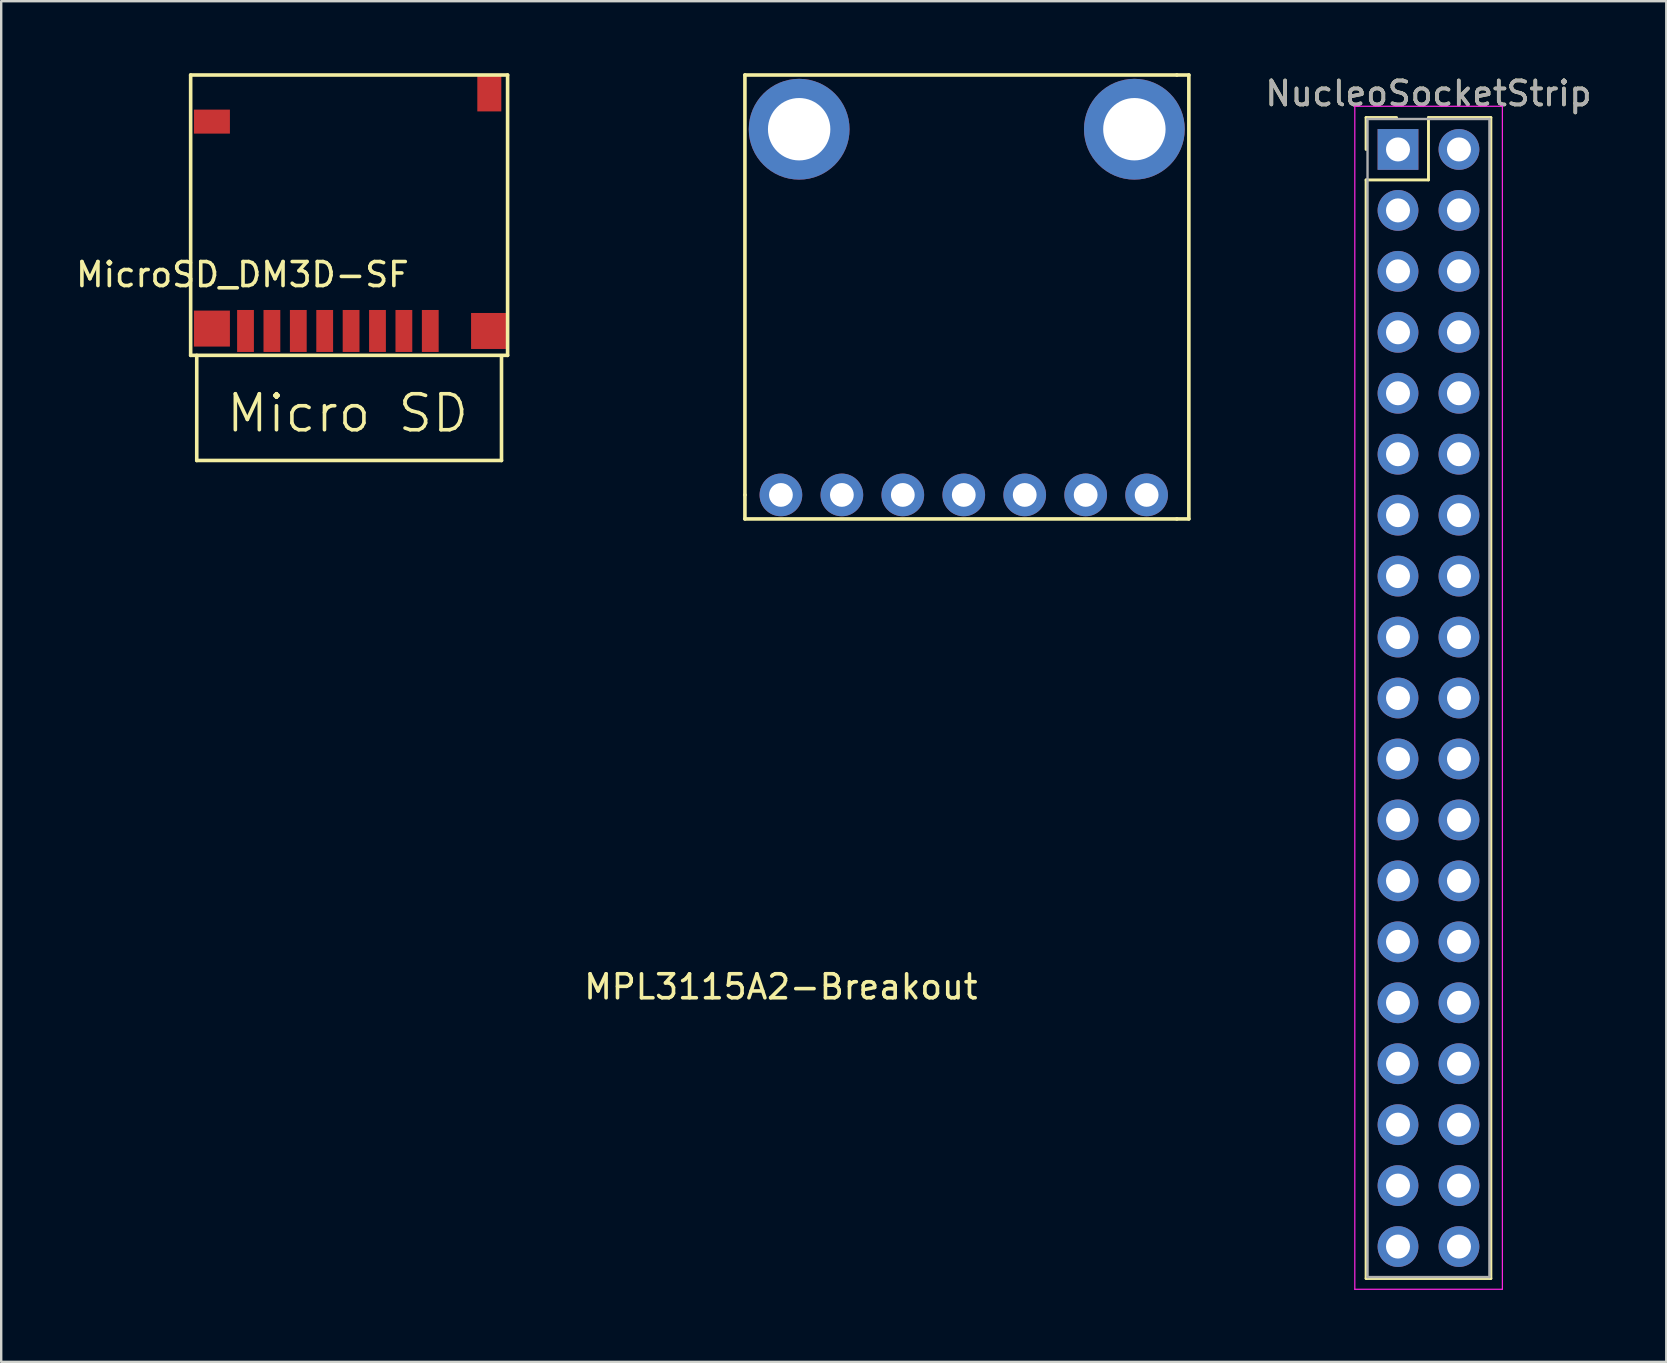
<source format=kicad_pcb>
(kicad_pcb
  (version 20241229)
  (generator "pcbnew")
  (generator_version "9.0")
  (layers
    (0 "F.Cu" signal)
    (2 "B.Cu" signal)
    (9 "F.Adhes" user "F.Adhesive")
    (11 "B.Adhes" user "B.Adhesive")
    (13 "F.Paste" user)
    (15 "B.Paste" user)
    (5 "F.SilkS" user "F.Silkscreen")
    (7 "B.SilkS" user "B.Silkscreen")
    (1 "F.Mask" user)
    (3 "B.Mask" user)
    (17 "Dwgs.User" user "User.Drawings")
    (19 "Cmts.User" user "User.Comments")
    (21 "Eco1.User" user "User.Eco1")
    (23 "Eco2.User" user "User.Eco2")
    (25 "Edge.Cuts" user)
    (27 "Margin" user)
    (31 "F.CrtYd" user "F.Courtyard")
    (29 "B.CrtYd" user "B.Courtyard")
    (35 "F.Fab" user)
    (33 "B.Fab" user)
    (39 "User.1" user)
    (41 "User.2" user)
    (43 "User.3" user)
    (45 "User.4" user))
  (footprint "MicroSD_DM3D-SF"
    (layer "F.Cu")
    (at 7.181 10.743)
    (property "Reference" "MicroSD_DM3D-SF" (at -0.127 -2.349 0) (layer "F.SilkS") (effects (font (size 1 1) (thickness 0.15))))
    (attr through_hole)
    (fp_line (start -2.286 -10.668) (end 10.922 -10.668) (stroke (width 0.15) (type solid)) (layer "F.SilkS"))
    (fp_line (start -2.286 1.016) (end -2.286 -10.668) (stroke (width 0.15) (type solid)) (layer "F.SilkS"))
    (fp_line (start -2.032 1.016) (end -2.032 5.397) (stroke (width 0.15) (type solid)) (layer "F.SilkS"))
    (fp_line (start -2.032 5.397) (end 10.668 5.397) (stroke (width 0.15) (type solid)) (layer "F.SilkS"))
    (fp_line (start 10.668 5.397) (end 10.668 1.079) (stroke (width 0.15) (type solid)) (layer "F.SilkS"))
    (fp_line (start 10.922 -10.668) (end 10.922 1.016) (stroke (width 0.15) (type solid)) (layer "F.SilkS"))
    (fp_line (start 10.922 1.016) (end -2.286 1.016) (stroke (width 0.15) (type solid)) (layer "F.SilkS"))
    (fp_text user "Micro SD" (at 4.255 3.429 0) (layer "F.SilkS") (effects (font (size 1.5 1.5) (thickness 0.15))))
    (pad "" smd rect (at -1.4 -8.725) (size 1.5 1) (layers "F.Cu" "F.Mask" "F.Paste"))
    (pad "" smd rect (at -1.4 -0.1) (size 1.5 1.5) (layers "F.Cu" "F.Mask" "F.Paste"))
    (pad "" smd rect (at 10.15 0) (size 1.5 1.5) (layers "F.Cu" "F.Mask" "F.Paste"))
    (pad "" smd rect (at 10.16 -9.925) (size 1 1.55) (layers "F.Cu" "F.Mask" "F.Paste"))
    (pad "1" smd rect (at 7.7 0) (size 0.7 1.75) (layers "F.Cu" "F.Mask" "F.Paste"))
    (pad "2" smd rect (at 6.6 0) (size 0.7 1.75) (layers "F.Cu" "F.Mask" "F.Paste"))
    (pad "3" smd rect (at 5.5 0) (size 0.7 1.75) (layers "F.Cu" "F.Mask" "F.Paste"))
    (pad "4" smd rect (at 4.4 0) (size 0.7 1.75) (layers "F.Cu" "F.Mask" "F.Paste"))
    (pad "5" smd rect (at 3.3 0) (size 0.7 1.75) (layers "F.Cu" "F.Mask" "F.Paste"))
    (pad "6" smd rect (at 2.2 0) (size 0.7 1.75) (layers "F.Cu" "F.Mask" "F.Paste"))
    (pad "7" smd rect (at 1.1 0) (size 0.7 1.75) (layers "F.Cu" "F.Mask" "F.Paste"))
    (pad "8" smd rect (at 0 0) (size 0.7 1.75) (layers "F.Cu" "F.Mask" "F.Paste")))
  (footprint "MPL3115A2-Breakout"
    (layer "F.Cu")
    (at 29.493 17.575)
    (property "Reference" "MPL3115A2-Breakout" (at 0 20.5 0) (layer "F.SilkS") (effects (font (size 1 1) (thickness 0.15))))
    (attr through_hole)
    (fp_line (start -1.5 -17.5) (end 16.5 -17.5) (stroke (width 0.15) (type solid)) (layer "F.SilkS"))
    (fp_line (start -1.5 0) (end -1.5 -17.5) (stroke (width 0.15) (type solid)) (layer "F.SilkS"))
    (fp_line (start -1.5 1) (end -1.5 0) (stroke (width 0.15) (type solid)) (layer "F.SilkS"))
    (fp_line (start 16.5 -17.5) (end 17 -17.5) (stroke (width 0.15) (type solid)) (layer "F.SilkS"))
    (fp_line (start 16.5 1) (end -1.5 1) (stroke (width 0.15) (type solid)) (layer "F.SilkS"))
    (fp_line (start 17 -17.5) (end 17 1) (stroke (width 0.15) (type solid)) (layer "F.SilkS"))
    (fp_line (start 17 1) (end 16.5 1) (stroke (width 0.15) (type solid)) (layer "F.SilkS"))
    (pad "" thru_hole circle (at 0.76 -15.24) (size 4.2 4.2) (drill 2.6) (layers "*.Cu" "*.Mask"))
    (pad "" thru_hole circle (at 14.73 -15.24) (size 4.2 4.2) (drill 2.6) (layers "*.Cu" "*.Mask"))
    (pad "1" thru_hole circle (at 0 0) (size 1.778 1.778) (drill 0.991) (layers "*.Cu" "*.Mask"))
    (pad "2" thru_hole circle (at 2.54 0) (size 1.778 1.778) (drill 0.991) (layers "*.Cu" "*.Mask"))
    (pad "3" thru_hole circle (at 5.08 0) (size 1.778 1.778) (drill 0.991) (layers "*.Cu" "*.Mask"))
    (pad "4" thru_hole circle (at 7.62 0) (size 1.778 1.778) (drill 0.991) (layers "*.Cu" "*.Mask"))
    (pad "5" thru_hole circle (at 10.16 0) (size 1.778 1.778) (drill 0.991) (layers "*.Cu" "*.Mask"))
    (pad "6" thru_hole circle (at 12.7 0) (size 1.778 1.778) (drill 0.991) (layers "*.Cu" "*.Mask"))
    (pad "7" thru_hole circle (at 15.24 0) (size 1.778 1.778) (drill 0.991) (layers "*.Cu" "*.Mask")))
  (footprint "NucleoSocketStrip"
    (layer "F.Cu")
    (at 60.289 3.178)
    (property "Reference" "NucleoSocketStrip" (at -3.81 -2.33 0) (layer "F.SilkS") (effects (font (size 1 1) (thickness 0.15))))
    (attr through_hole)
    (fp_line (start -6.41 -1.33) (end -5.14 -1.33) (stroke (width 0.12) (type solid)) (layer "F.SilkS"))
    (fp_line (start -6.41 0) (end -6.41 -1.33) (stroke (width 0.12) (type solid)) (layer "F.SilkS"))
    (fp_line (start -6.41 1.27) (end -6.41 47.05) (stroke (width 0.12) (type solid)) (layer "F.SilkS"))
    (fp_line (start -6.41 47.05) (end -1.21 47.05) (stroke (width 0.12) (type solid)) (layer "F.SilkS"))
    (fp_line (start -3.81 -1.33) (end -3.81 1.27) (stroke (width 0.12) (type solid)) (layer "F.SilkS"))
    (fp_line (start -3.81 1.27) (end -6.41 1.27) (stroke (width 0.12) (type solid)) (layer "F.SilkS"))
    (fp_line (start -1.21 -1.33) (end -3.81 -1.33) (stroke (width 0.12) (type solid)) (layer "F.SilkS"))
    (fp_line (start -1.21 47.05) (end -1.21 -1.33) (stroke (width 0.12) (type solid)) (layer "F.SilkS"))
    (fp_line (start -6.88 -1.8) (end -0.73 -1.8) (stroke (width 0.05) (type solid)) (layer "F.CrtYd"))
    (fp_line (start -6.88 47.5) (end -6.88 -1.8) (stroke (width 0.05) (type solid)) (layer "F.CrtYd"))
    (fp_line (start -0.73 -1.8) (end -0.73 47.5) (stroke (width 0.05) (type solid)) (layer "F.CrtYd"))
    (fp_line (start -0.73 47.5) (end -6.88 47.5) (stroke (width 0.05) (type solid)) (layer "F.CrtYd"))
    (fp_line (start -6.35 -1.27) (end -1.27 -1.27) (stroke (width 0.1) (type solid)) (layer "F.Fab"))
    (fp_line (start -6.35 46.99) (end -6.35 -1.27) (stroke (width 0.1) (type solid)) (layer "F.Fab"))
    (fp_line (start -1.27 -1.27) (end -1.27 46.99) (stroke (width 0.1) (type solid)) (layer "F.Fab"))
    (fp_line (start -1.27 46.99) (end -6.35 46.99) (stroke (width 0.1) (type solid)) (layer "F.Fab"))
    (fp_text user "${REFERENCE}" (at -3.81 -2.33 0) (layer "F.Fab") (effects (font (size 1 1) (thickness 0.15))))
    (pad "1" thru_hole rect (at -5.08 0) (size 1.7 1.7) (drill 1) (layers "*.Cu" "*.Mask"))
    (pad "2" thru_hole oval (at -2.54 0) (size 1.7 1.7) (drill 1) (layers "*.Cu" "*.Mask"))
    (pad "3" thru_hole oval (at -5.08 2.54) (size 1.7 1.7) (drill 1) (layers "*.Cu" "*.Mask"))
    (pad "4" thru_hole oval (at -2.54 2.54) (size 1.7 1.7) (drill 1) (layers "*.Cu" "*.Mask"))
    (pad "5" thru_hole oval (at -5.08 5.08) (size 1.7 1.7) (drill 1) (layers "*.Cu" "*.Mask"))
    (pad "6" thru_hole oval (at -2.54 5.08) (size 1.7 1.7) (drill 1) (layers "*.Cu" "*.Mask"))
    (pad "7" thru_hole oval (at -5.08 7.62) (size 1.7 1.7) (drill 1) (layers "*.Cu" "*.Mask"))
    (pad "8" thru_hole oval (at -2.54 7.62) (size 1.7 1.7) (drill 1) (layers "*.Cu" "*.Mask"))
    (pad "9" thru_hole oval (at -5.08 10.16) (size 1.7 1.7) (drill 1) (layers "*.Cu" "*.Mask"))
    (pad "10" thru_hole oval (at -2.54 10.16) (size 1.7 1.7) (drill 1) (layers "*.Cu" "*.Mask"))
    (pad "11" thru_hole oval (at -5.08 12.7) (size 1.7 1.7) (drill 1) (layers "*.Cu" "*.Mask"))
    (pad "12" thru_hole oval (at -2.54 12.7) (size 1.7 1.7) (drill 1) (layers "*.Cu" "*.Mask"))
    (pad "13" thru_hole oval (at -5.08 15.24) (size 1.7 1.7) (drill 1) (layers "*.Cu" "*.Mask"))
    (pad "14" thru_hole oval (at -2.54 15.24) (size 1.7 1.7) (drill 1) (layers "*.Cu" "*.Mask"))
    (pad "15" thru_hole oval (at -5.08 17.78) (size 1.7 1.7) (drill 1) (layers "*.Cu" "*.Mask"))
    (pad "16" thru_hole oval (at -2.54 17.78) (size 1.7 1.7) (drill 1) (layers "*.Cu" "*.Mask"))
    (pad "17" thru_hole oval (at -5.08 20.32) (size 1.7 1.7) (drill 1) (layers "*.Cu" "*.Mask"))
    (pad "18" thru_hole oval (at -2.54 20.32) (size 1.7 1.7) (drill 1) (layers "*.Cu" "*.Mask"))
    (pad "19" thru_hole oval (at -5.08 22.86) (size 1.7 1.7) (drill 1) (layers "*.Cu" "*.Mask"))
    (pad "20" thru_hole oval (at -2.54 22.86) (size 1.7 1.7) (drill 1) (layers "*.Cu" "*.Mask"))
    (pad "21" thru_hole oval (at -5.08 25.4) (size 1.7 1.7) (drill 1) (layers "*.Cu" "*.Mask"))
    (pad "22" thru_hole oval (at -2.54 25.4) (size 1.7 1.7) (drill 1) (layers "*.Cu" "*.Mask"))
    (pad "23" thru_hole oval (at -5.08 27.94) (size 1.7 1.7) (drill 1) (layers "*.Cu" "*.Mask"))
    (pad "24" thru_hole oval (at -2.54 27.94) (size 1.7 1.7) (drill 1) (layers "*.Cu" "*.Mask"))
    (pad "25" thru_hole oval (at -5.08 30.48) (size 1.7 1.7) (drill 1) (layers "*.Cu" "*.Mask"))
    (pad "26" thru_hole oval (at -2.54 30.48) (size 1.7 1.7) (drill 1) (layers "*.Cu" "*.Mask"))
    (pad "27" thru_hole oval (at -5.08 33.02) (size 1.7 1.7) (drill 1) (layers "*.Cu" "*.Mask"))
    (pad "28" thru_hole oval (at -2.54 33.02) (size 1.7 1.7) (drill 1) (layers "*.Cu" "*.Mask"))
    (pad "29" thru_hole oval (at -5.08 35.56) (size 1.7 1.7) (drill 1) (layers "*.Cu" "*.Mask"))
    (pad "30" thru_hole oval (at -2.54 35.56) (size 1.7 1.7) (drill 1) (layers "*.Cu" "*.Mask"))
    (pad "31" thru_hole oval (at -5.08 38.1) (size 1.7 1.7) (drill 1) (layers "*.Cu" "*.Mask"))
    (pad "32" thru_hole oval (at -2.54 38.1) (size 1.7 1.7) (drill 1) (layers "*.Cu" "*.Mask"))
    (pad "33" thru_hole oval (at -5.08 40.64) (size 1.7 1.7) (drill 1) (layers "*.Cu" "*.Mask"))
    (pad "34" thru_hole oval (at -2.54 40.64) (size 1.7 1.7) (drill 1) (layers "*.Cu" "*.Mask"))
    (pad "35" thru_hole oval (at -5.08 43.18) (size 1.7 1.7) (drill 1) (layers "*.Cu" "*.Mask"))
    (pad "36" thru_hole oval (at -2.54 43.18) (size 1.7 1.7) (drill 1) (layers "*.Cu" "*.Mask"))
    (pad "37" thru_hole oval (at -5.08 45.72) (size 1.7 1.7) (drill 1) (layers "*.Cu" "*.Mask"))
    (pad "38" thru_hole oval (at -2.54 45.72) (size 1.7 1.7) (drill 1) (layers "*.Cu" "*.Mask")))
  (gr_rect
    (start -3 -3)
    (end 66.389 53.703)
    (stroke (width 0.1) (type default))
    (fill no)
    (layer "Edge.Cuts")))
</source>
